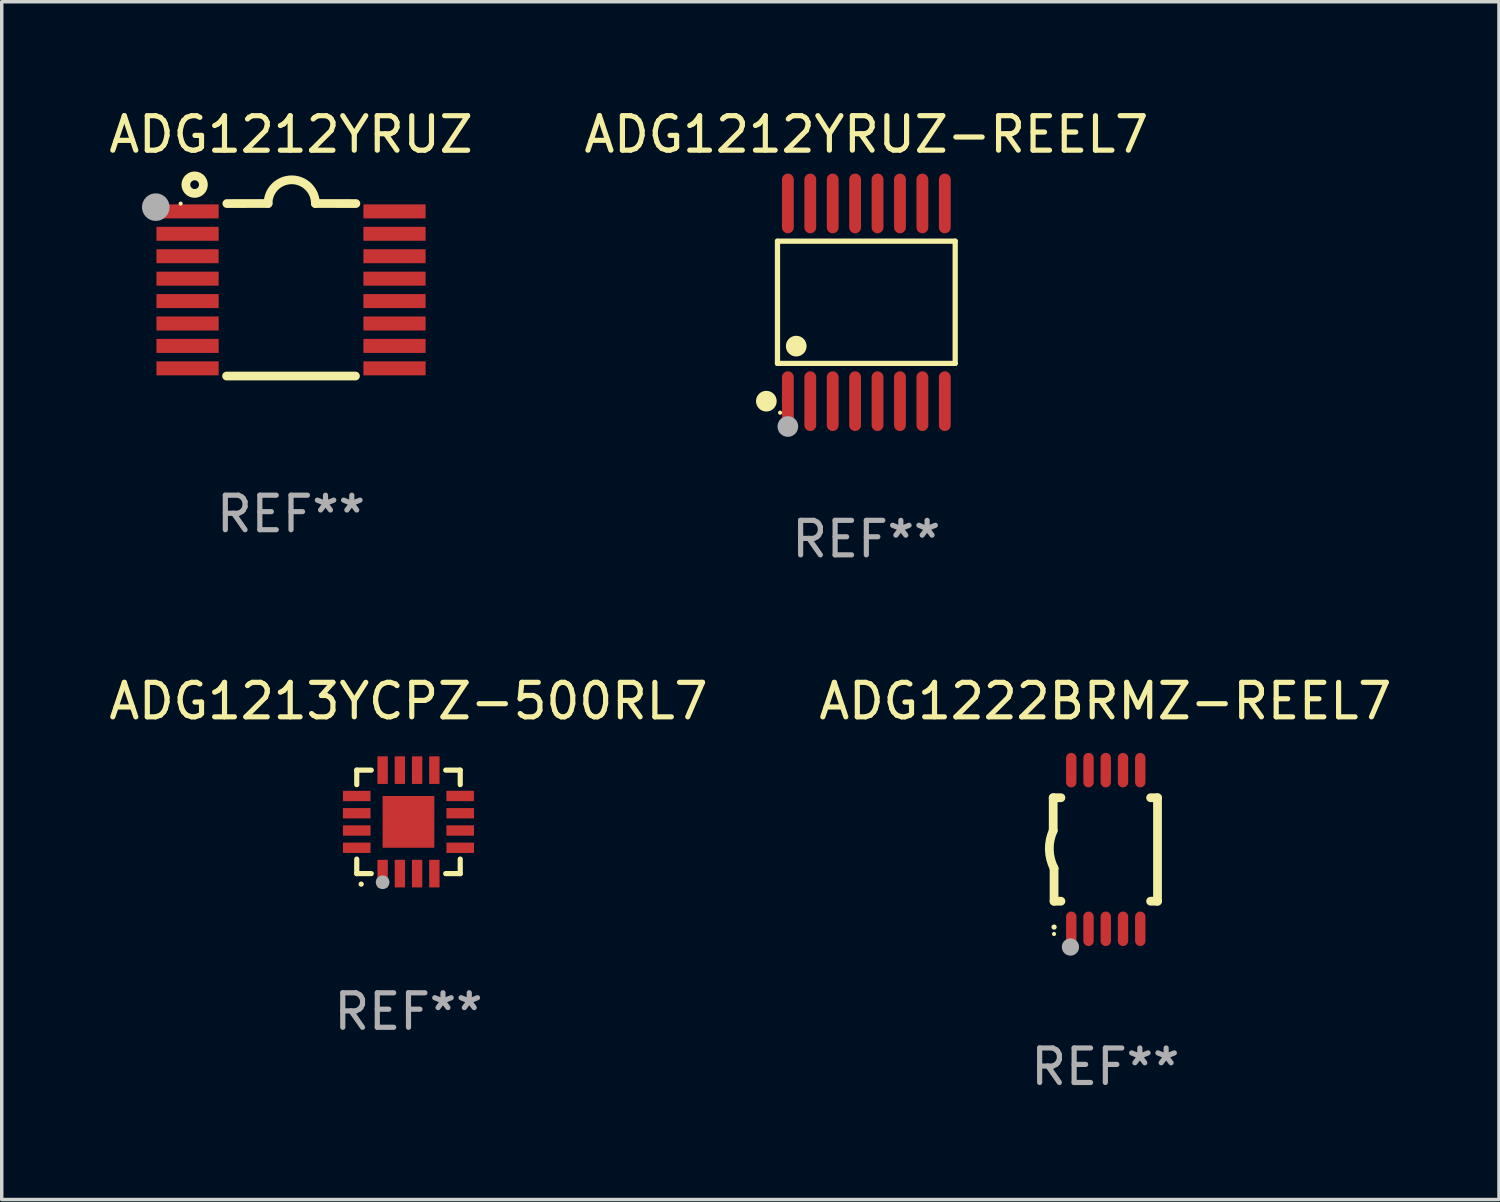
<source format=kicad_pcb>
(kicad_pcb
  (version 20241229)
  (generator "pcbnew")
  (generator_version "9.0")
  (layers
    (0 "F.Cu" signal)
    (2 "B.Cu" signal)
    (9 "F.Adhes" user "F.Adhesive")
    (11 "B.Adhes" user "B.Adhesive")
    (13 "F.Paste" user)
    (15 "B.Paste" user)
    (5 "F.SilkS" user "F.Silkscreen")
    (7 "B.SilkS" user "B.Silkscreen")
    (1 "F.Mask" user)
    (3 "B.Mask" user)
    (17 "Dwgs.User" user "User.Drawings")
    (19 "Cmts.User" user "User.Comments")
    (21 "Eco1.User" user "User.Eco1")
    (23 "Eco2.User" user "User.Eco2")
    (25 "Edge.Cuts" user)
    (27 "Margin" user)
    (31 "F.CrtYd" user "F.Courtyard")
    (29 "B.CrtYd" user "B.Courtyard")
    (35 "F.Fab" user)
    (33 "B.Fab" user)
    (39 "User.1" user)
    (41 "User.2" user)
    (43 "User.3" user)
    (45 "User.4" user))
  (footprint "ADG1212YRUZ"
    (layer "F.Cu")
    (at 5.387 5.35)
    (property "Reference" "ADG1212YRUZ" (at 0 -4.501 0) (layer "F.SilkS") (effects (font (size 1 1) (thickness 0.15))))
    (attr through_hole)
    (fp_line (start -1.868 2.501) (end 1.868 2.501) (stroke (width 0.254) (type solid)) (layer "F.SilkS"))
    (fp_line (start -1.86 -2.499) (end -0.666 -2.501) (stroke (width 0.254) (type solid)) (layer "F.SilkS"))
    (fp_line (start 0.706 -2.501) (end 1.88 -2.499) (stroke (width 0.254) (type solid)) (layer "F.SilkS"))
    (fp_arc (start -0.665914 -2.501448) (mid 0.019888 -3.18725) (end 0.70569 -2.501448) (stroke (width 0.254001) (type solid)) (layer "F.SilkS"))
    (fp_circle (center -3.2 -2.497) (end -3.17 -2.497) (stroke (width 0.06) (type solid)) (fill no) (layer "F.SilkS"))
    (fp_circle (center -2.794 -3.047) (end -2.54 -3.047) (stroke (width 0.254) (type solid)) (fill no) (layer "F.SilkS"))
    (fp_circle (center -3.921 -2.395) (end -3.721 -2.395) (stroke (width 0.4) (type solid)) (fill no) (layer "F.Fab"))
    (fp_text user "REF**" (at 0 6.501 0) (layer "F.Fab") (effects (font (size 1 1) (thickness 0.15))))
    (pad "1" smd rect (at -3 -2.272) (size 1.803 0.406) (layers "F.Cu" "F.Mask" "F.Paste"))
    (pad "2" smd rect (at -3 -1.622) (size 1.803 0.406) (layers "F.Cu" "F.Mask" "F.Paste"))
    (pad "3" smd rect (at -3 -0.972) (size 1.803 0.406) (layers "F.Cu" "F.Mask" "F.Paste"))
    (pad "4" smd rect (at -3 -0.322) (size 1.803 0.406) (layers "F.Cu" "F.Mask" "F.Paste"))
    (pad "5" smd rect (at -3 0.328) (size 1.803 0.406) (layers "F.Cu" "F.Mask" "F.Paste"))
    (pad "6" smd rect (at -3 0.978) (size 1.803 0.406) (layers "F.Cu" "F.Mask" "F.Paste"))
    (pad "7" smd rect (at -3 1.628) (size 1.803 0.406) (layers "F.Cu" "F.Mask" "F.Paste"))
    (pad "8" smd rect (at -3 2.278) (size 1.803 0.406) (layers "F.Cu" "F.Mask" "F.Paste"))
    (pad "9" smd rect (at 3 2.278) (size 1.803 0.406) (layers "F.Cu" "F.Mask" "F.Paste"))
    (pad "10" smd rect (at 3 1.628) (size 1.803 0.406) (layers "F.Cu" "F.Mask" "F.Paste"))
    (pad "11" smd rect (at 3 0.978) (size 1.803 0.406) (layers "F.Cu" "F.Mask" "F.Paste"))
    (pad "12" smd rect (at 3 0.328) (size 1.803 0.406) (layers "F.Cu" "F.Mask" "F.Paste"))
    (pad "13" smd rect (at 3 -0.322) (size 1.803 0.406) (layers "F.Cu" "F.Mask" "F.Paste"))
    (pad "14" smd rect (at 3 -0.972) (size 1.803 0.406) (layers "F.Cu" "F.Mask" "F.Paste"))
    (pad "15" smd rect (at 3 -1.622) (size 1.803 0.406) (layers "F.Cu" "F.Mask" "F.Paste"))
    (pad "16" smd rect (at 3 -2.272) (size 1.803 0.406) (layers "F.Cu" "F.Mask" "F.Paste")))
  (footprint "ADG1213YCPZ-500RL7"
    (layer "F.Cu")
    (at 8.792 20.776)
    (property "Reference" "ADG1213YCPZ-500RL7" (at 0 -3.5 0) (layer "F.SilkS") (effects (font (size 1 1) (thickness 0.15))))
    (attr through_hole)
    (fp_line (start -1.5 -1.5) (end -1.079 -1.5) (stroke (width 0.15) (type solid)) (layer "F.SilkS"))
    (fp_line (start -1.5 -1.079) (end -1.5 -1.5) (stroke (width 0.15) (type solid)) (layer "F.SilkS"))
    (fp_line (start -1.5 1.5) (end -1.5 1.079) (stroke (width 0.15) (type solid)) (layer "F.SilkS"))
    (fp_line (start -1.5 1.5) (end -1.079 1.5) (stroke (width 0.15) (type solid)) (layer "F.SilkS"))
    (fp_line (start 1.079 -1.5) (end 1.5 -1.5) (stroke (width 0.15) (type solid)) (layer "F.SilkS"))
    (fp_line (start 1.079 1.5) (end 1.5 1.5) (stroke (width 0.15) (type solid)) (layer "F.SilkS"))
    (fp_line (start 1.5 -1.08) (end 1.5 -1.5) (stroke (width 0.15) (type solid)) (layer "F.SilkS"))
    (fp_line (start 1.5 1.5) (end 1.5 1.079) (stroke (width 0.15) (type solid)) (layer "F.SilkS"))
    (fp_arc (start -1.372885 1.805398) (mid -1.371615 1.805392) (end -1.370345 1.805398) (stroke (width 0.150114) (type solid)) (layer "F.SilkS"))
    (fp_circle (center -1.5 1.5) (end -1.47 1.5) (stroke (width 0.06) (type solid)) (fill no) (layer "F.SilkS"))
    (fp_circle (center -0.75 1.75) (end -0.65 1.75) (stroke (width 0.2) (type solid)) (fill no) (layer "F.Fab"))
    (fp_text user "REF**" (at 0 5.5 0) (layer "F.Fab") (effects (font (size 1 1) (thickness 0.15))))
    (pad "1" smd rect (at -0.75 1.5) (size 0.3 0.8) (layers "F.Cu" "F.Mask" "F.Paste"))
    (pad "2" smd rect (at -0.249 1.5) (size 0.3 0.8) (layers "F.Cu" "F.Mask" "F.Paste"))
    (pad "3" smd rect (at 0.25 1.5) (size 0.3 0.8) (layers "F.Cu" "F.Mask" "F.Paste"))
    (pad "4" smd rect (at 0.75 1.5) (size 0.3 0.8) (layers "F.Cu" "F.Mask" "F.Paste"))
    (pad "5" smd rect (at 1.5 0.75) (size 0.8 0.3) (layers "F.Cu" "F.Mask" "F.Paste"))
    (pad "6" smd rect (at 1.5 0.25) (size 0.8 0.3) (layers "F.Cu" "F.Mask" "F.Paste"))
    (pad "7" smd rect (at 1.5 -0.25) (size 0.8 0.3) (layers "F.Cu" "F.Mask" "F.Paste"))
    (pad "8" smd rect (at 1.498 -0.751) (size 0.8 0.3) (layers "F.Cu" "F.Mask" "F.Paste"))
    (pad "9" smd rect (at 0.75 -1.5) (size 0.3 0.8) (layers "F.Cu" "F.Mask" "F.Paste"))
    (pad "10" smd rect (at 0.25 -1.5) (size 0.3 0.8) (layers "F.Cu" "F.Mask" "F.Paste"))
    (pad "11" smd rect (at -0.25 -1.5) (size 0.3 0.8) (layers "F.Cu" "F.Mask" "F.Paste"))
    (pad "12" smd rect (at -0.75 -1.5) (size 0.3 0.8) (layers "F.Cu" "F.Mask" "F.Paste"))
    (pad "13" smd rect (at -1.5 -0.75) (size 0.8 0.3) (layers "F.Cu" "F.Mask" "F.Paste"))
    (pad "14" smd rect (at -1.5 -0.25) (size 0.8 0.3) (layers "F.Cu" "F.Mask" "F.Paste"))
    (pad "15" smd rect (at -1.5 0.25) (size 0.8 0.3) (layers "F.Cu" "F.Mask" "F.Paste"))
    (pad "16" smd rect (at -1.5 0.75) (size 0.8 0.3) (layers "F.Cu" "F.Mask" "F.Paste"))
    (pad "17" smd rect (at -0.000114 0.00014 180) (size 1.5 1.5) (layers "F.Cu" "F.Mask" "F.Paste")))
  (footprint "ADG1222BRMZ-REEL7"
    (layer "F.Cu")
    (at 28.994 21.576)
    (property "Reference" "ADG1222BRMZ-REEL7" (at 0 -4.3 0) (layer "F.SilkS") (effects (font (size 1 1) (thickness 0.15))))
    (attr through_hole)
    (fp_line (start -1.512 -1.5) (end -1.512 -0.546) (stroke (width 0.254) (type solid)) (layer "F.SilkS"))
    (fp_line (start -1.487 0.546) (end -1.487 1.5) (stroke (width 0.254) (type solid)) (layer "F.SilkS"))
    (fp_line (start -1.288 -1.5) (end -1.512 -1.5) (stroke (width 0.254) (type solid)) (layer "F.SilkS"))
    (fp_line (start -1.288 1.5) (end -1.487 1.5) (stroke (width 0.254) (type solid)) (layer "F.SilkS"))
    (fp_line (start 1.512 -1.5) (end 1.312 -1.5) (stroke (width 0.254) (type solid)) (layer "F.SilkS"))
    (fp_line (start 1.512 -1.5) (end 1.512 1.5) (stroke (width 0.254) (type solid)) (layer "F.SilkS"))
    (fp_line (start 1.512 1.5) (end 1.312 1.5) (stroke (width 0.254) (type solid)) (layer "F.SilkS"))
    (fp_arc (start -1.487998 2.250013) (mid -1.486728 2.250007) (end -1.485458 2.250013) (stroke (width 0.150013) (type solid)) (layer "F.SilkS"))
    (fp_arc (start -1.486602 0.546102) (mid -1.624196 0.002905) (end -1.512002 -0.546101) (stroke (width 0.254001) (type solid)) (layer "F.SilkS"))
    (fp_circle (center -1.488 2.45) (end -1.458 2.45) (stroke (width 0.06) (type solid)) (fill no) (layer "F.SilkS"))
    (fp_circle (center -1.012 2.828) (end -0.887 2.828) (stroke (width 0.25) (type solid)) (fill no) (layer "F.Fab"))
    (fp_text user "REF**" (at 0 6.3 0) (layer "F.Fab") (effects (font (size 1 1) (thickness 0.15))))
    (pad "1" smd oval (at -0.988 2.3) (size 0.3 1) (layers "F.Cu" "F.Mask" "F.Paste"))
    (pad "2" smd oval (at -0.488 2.3) (size 0.3 1) (layers "F.Cu" "F.Mask" "F.Paste"))
    (pad "3" smd oval (at 0.012 2.3) (size 0.3 1) (layers "F.Cu" "F.Mask" "F.Paste"))
    (pad "4" smd oval (at 0.512 2.3) (size 0.3 1) (layers "F.Cu" "F.Mask" "F.Paste"))
    (pad "5" smd oval (at 1.012 2.3) (size 0.3 1) (layers "F.Cu" "F.Mask" "F.Paste"))
    (pad "6" smd oval (at 1.012 -2.3) (size 0.3 1) (layers "F.Cu" "F.Mask" "F.Paste"))
    (pad "7" smd oval (at 0.512 -2.3) (size 0.3 1) (layers "F.Cu" "F.Mask" "F.Paste"))
    (pad "8" smd oval (at 0.012 -2.3) (size 0.3 1) (layers "F.Cu" "F.Mask" "F.Paste"))
    (pad "9" smd oval (at -0.488 -2.3) (size 0.3 1) (layers "F.Cu" "F.Mask" "F.Paste"))
    (pad "10" smd oval (at -0.988 -2.3) (size 0.3 1) (layers "F.Cu" "F.Mask" "F.Paste")))
  (footprint "ADG1212YRUZ-REEL7"
    (layer "F.Cu")
    (at 22.065 5.714)
    (property "Reference" "ADG1212YRUZ-REEL7" (at 0 -4.866 0) (layer "F.SilkS") (effects (font (size 1 1) (thickness 0.15))))
    (attr through_hole)
    (fp_line (start -2.576 -1.772) (end 2.576 -1.772) (stroke (width 0.152) (type solid)) (layer "F.SilkS"))
    (fp_line (start -2.576 1.771) (end -2.576 -1.772) (stroke (width 0.152) (type solid)) (layer "F.SilkS"))
    (fp_line (start 2.576 -1.772) (end 2.576 1.771) (stroke (width 0.152) (type solid)) (layer "F.SilkS"))
    (fp_line (start 2.576 1.771) (end -2.576 1.771) (stroke (width 0.152) (type solid)) (layer "F.SilkS"))
    (fp_circle (center -2.899 2.866) (end -2.749 2.866) (stroke (width 0.3) (type solid)) (fill no) (layer "F.SilkS"))
    (fp_circle (center -2.5 3.2) (end -2.47 3.2) (stroke (width 0.06) (type solid)) (fill no) (layer "F.SilkS"))
    (fp_circle (center -2.032 1.27) (end -1.882 1.27) (stroke (width 0.3) (type solid)) (fill no) (layer "F.SilkS"))
    (fp_circle (center -2.275 3.6) (end -2.125 3.6) (stroke (width 0.3) (type solid)) (fill no) (layer "F.Fab"))
    (fp_text user "REF**" (at 0 6.866 0) (layer "F.Fab") (effects (font (size 1 1) (thickness 0.15))))
    (pad "1" smd oval (at -2.275 2.866) (size 0.343 1.731) (layers "F.Cu" "F.Mask" "F.Paste"))
    (pad "2" smd oval (at -1.625 2.866) (size 0.343 1.731) (layers "F.Cu" "F.Mask" "F.Paste"))
    (pad "3" smd oval (at -0.975 2.866) (size 0.343 1.731) (layers "F.Cu" "F.Mask" "F.Paste"))
    (pad "4" smd oval (at -0.325 2.866) (size 0.343 1.731) (layers "F.Cu" "F.Mask" "F.Paste"))
    (pad "5" smd oval (at 0.325 2.866) (size 0.343 1.731) (layers "F.Cu" "F.Mask" "F.Paste"))
    (pad "6" smd oval (at 0.975 2.866) (size 0.343 1.731) (layers "F.Cu" "F.Mask" "F.Paste"))
    (pad "7" smd oval (at 1.625 2.866) (size 0.343 1.731) (layers "F.Cu" "F.Mask" "F.Paste"))
    (pad "8" smd oval (at 2.275 2.866) (size 0.343 1.731) (layers "F.Cu" "F.Mask" "F.Paste"))
    (pad "9" smd oval (at 2.275 -2.866) (size 0.343 1.731) (layers "F.Cu" "F.Mask" "F.Paste"))
    (pad "10" smd oval (at 1.625 -2.866) (size 0.343 1.731) (layers "F.Cu" "F.Mask" "F.Paste"))
    (pad "11" smd oval (at 0.975 -2.866) (size 0.343 1.731) (layers "F.Cu" "F.Mask" "F.Paste"))
    (pad "12" smd oval (at 0.325 -2.866) (size 0.343 1.731) (layers "F.Cu" "F.Mask" "F.Paste"))
    (pad "13" smd oval (at -0.325 -2.866) (size 0.343 1.731) (layers "F.Cu" "F.Mask" "F.Paste"))
    (pad "14" smd oval (at -0.975 -2.866) (size 0.343 1.731) (layers "F.Cu" "F.Mask" "F.Paste"))
    (pad "15" smd oval (at -1.625 -2.866) (size 0.343 1.731) (layers "F.Cu" "F.Mask" "F.Paste"))
    (pad "16" smd oval (at -2.275 -2.866) (size 0.343 1.731) (layers "F.Cu" "F.Mask" "F.Paste")))
  (gr_rect
    (start -3 -3)
    (end 40.405 31.724)
    (stroke (width 0.1) (type default))
    (fill no)
    (layer "Edge.Cuts")))
</source>
